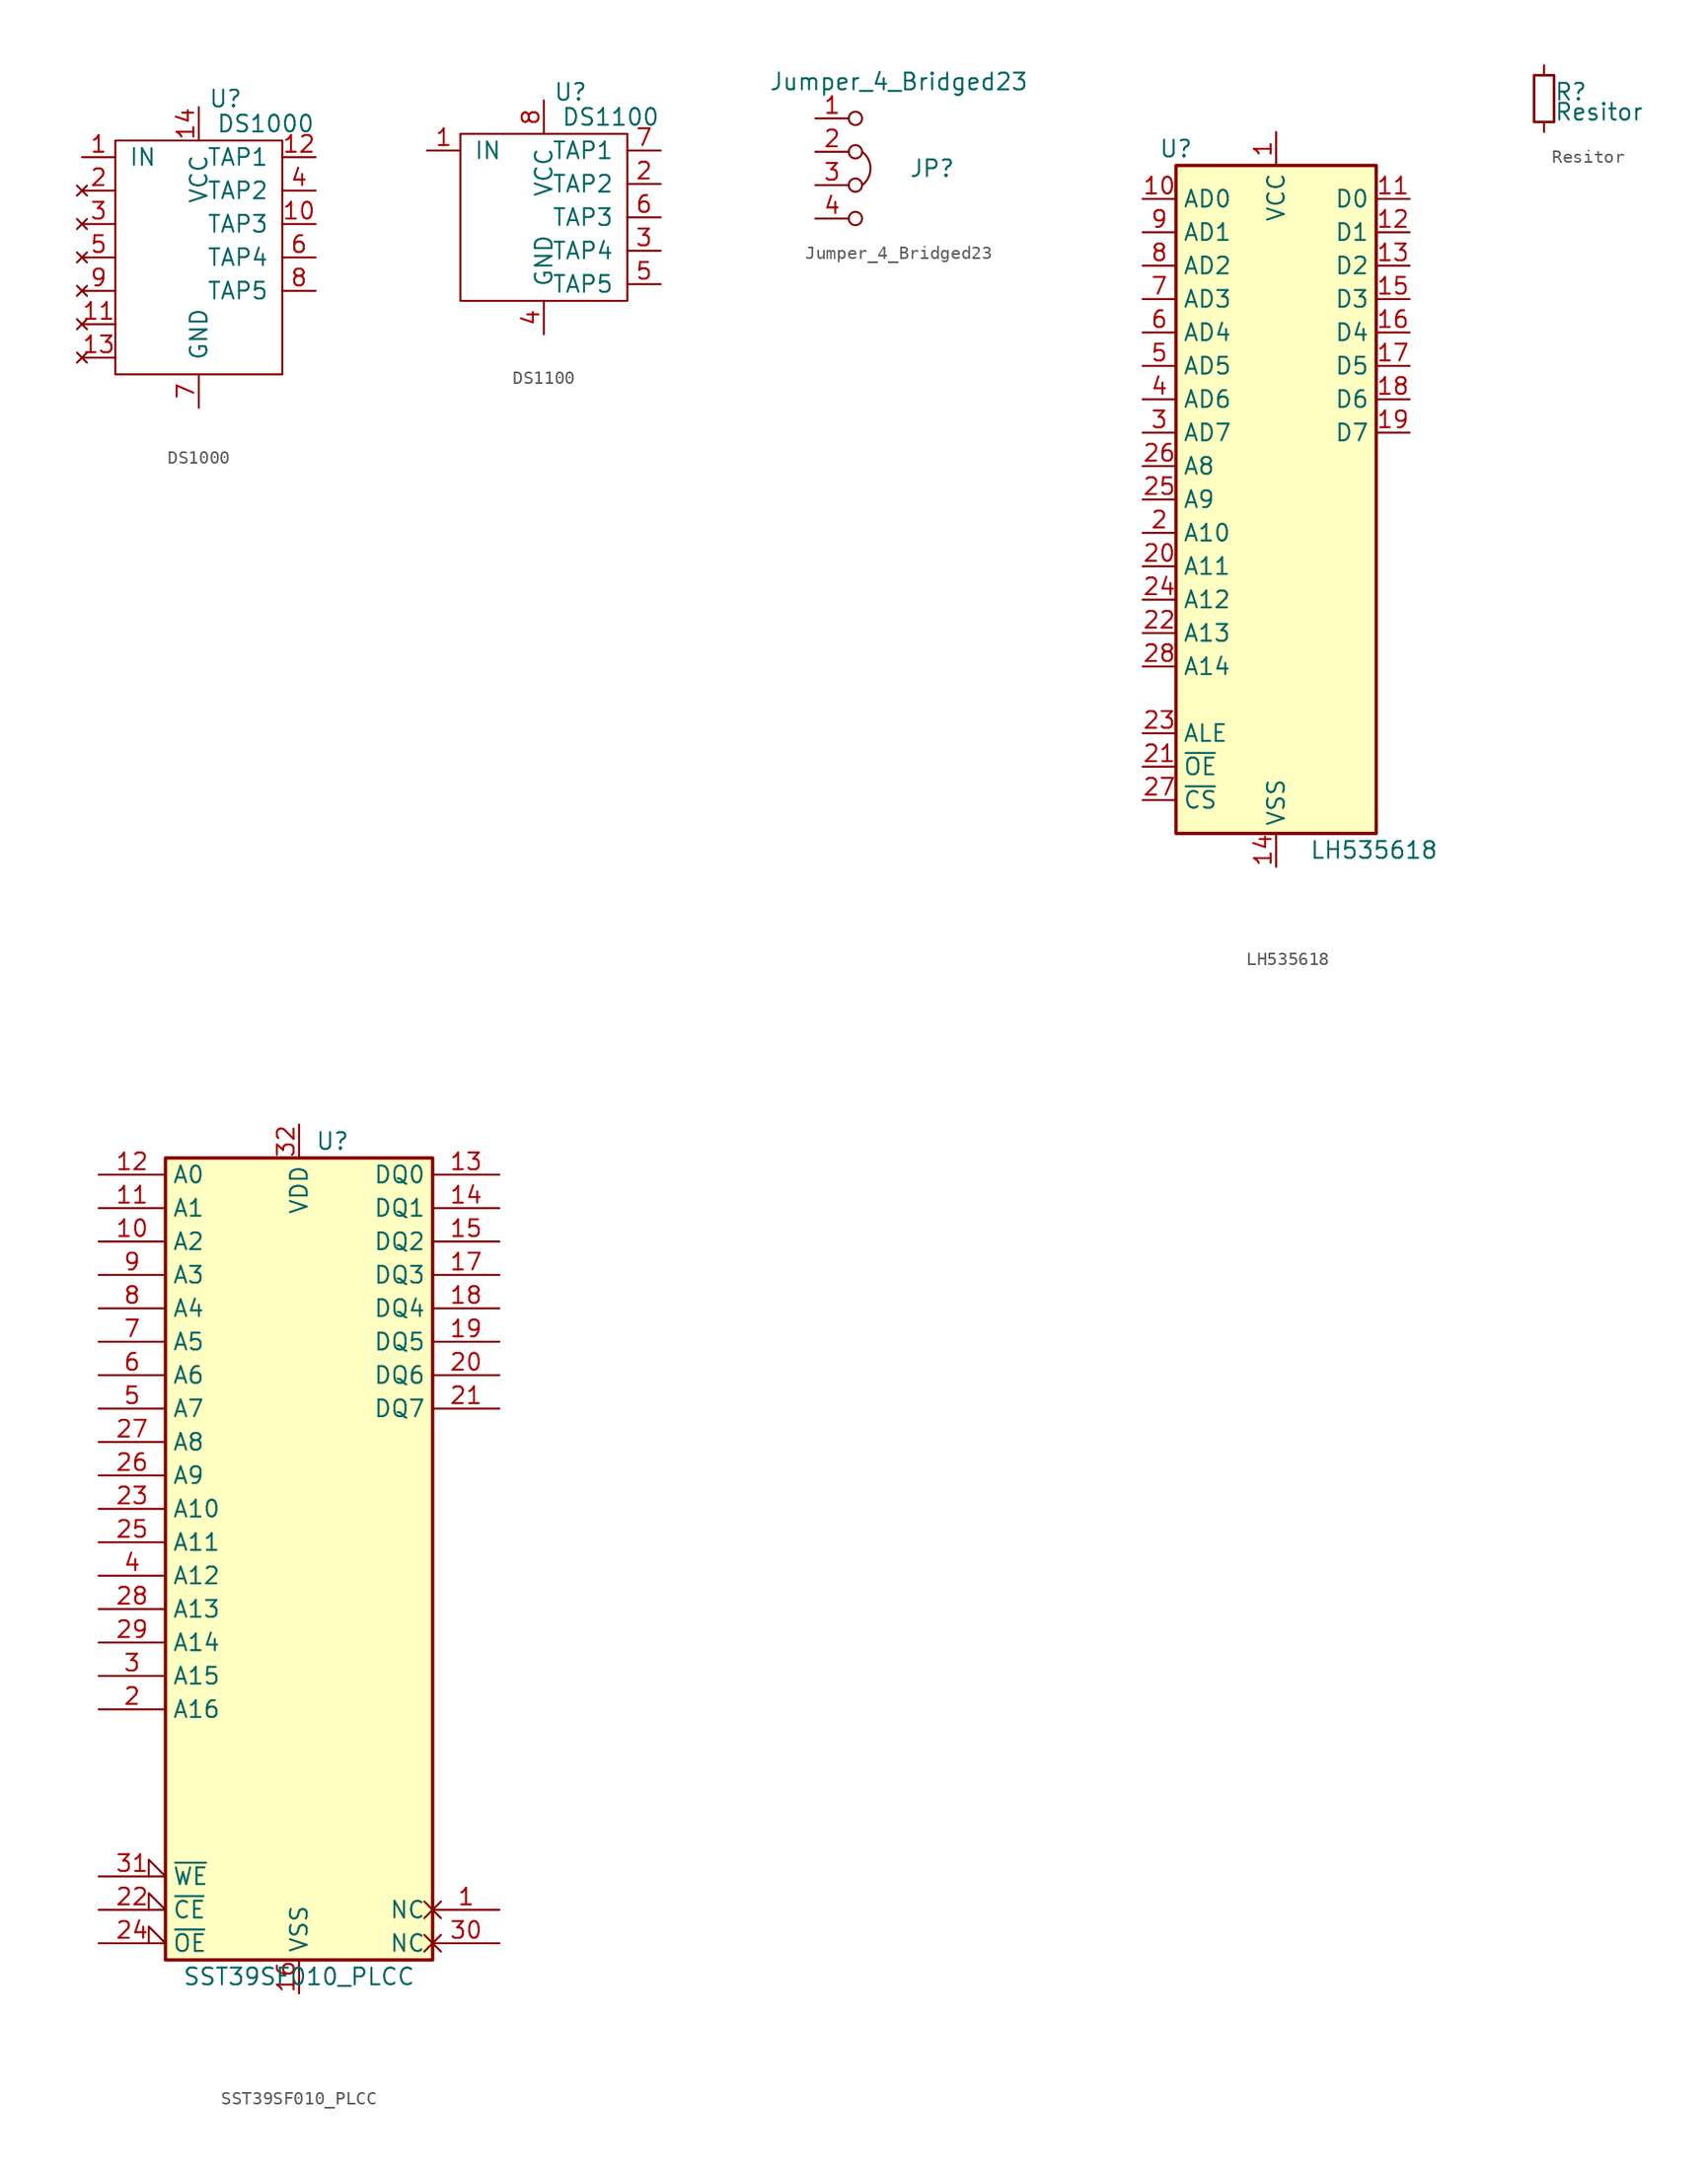
<source format=kicad_sym>
(kicad_symbol_lib
  (version 20211014)
  (generator kicad_symbol_editor)
  (symbol "DS1000"
    (pin_names
      (offset 1.016))
    (property "Reference" "U"
      (at 2.032 9.525 0)
      (effects (font (size 1.27 1.27))))
    (property "Value" "DS1000"
      (at 5.08 7.62 0)
      (effects (font (size 1.27 1.27))))
    (symbol "DS1000_0_1"
      (rectangle (start -6.35 6.35) (end 6.35 -11.43) (stroke (width 0) (type default) (color 0 0 0 0)) (fill (type none))))
    (symbol "DS1000_1_1"
      (pin input line (at -8.89 5.08 0) (length 2.54) (name "IN" (effects (font (size 1.27 1.27)))) (number "1" (effects (font (size 1.27 1.27)))))
      (pin output line (at 8.89 0 180) (length 2.54) (name "TAP3" (effects (font (size 1.27 1.27)))) (number "10" (effects (font (size 1.27 1.27)))))
      (pin no_connect line (at -8.89 -7.62 0) (length 2.54) (name "~" (effects (font (size 1.27 1.27)))) (number "11" (effects (font (size 1.27 1.27)))))
      (pin output line (at 8.89 5.08 180) (length 2.54) (name "TAP1" (effects (font (size 1.27 1.27)))) (number "12" (effects (font (size 1.27 1.27)))))
      (pin no_connect line (at -8.89 -10.16 0) (length 2.54) (name "~" (effects (font (size 1.27 1.27)))) (number "13" (effects (font (size 1.27 1.27)))))
      (pin power_in line (at 0 8.89 270) (length 2.54) (name "VCC" (effects (font (size 1.27 1.27)))) (number "14" (effects (font (size 1.27 1.27)))))
      (pin no_connect line (at -8.89 2.54 0) (length 2.54) (name "~" (effects (font (size 1.27 1.27)))) (number "2" (effects (font (size 1.27 1.27)))))
      (pin no_connect line (at -8.89 0 0) (length 2.54) (name "~" (effects (font (size 1.27 1.27)))) (number "3" (effects (font (size 1.27 1.27)))))
      (pin output line (at 8.89 2.54 180) (length 2.54) (name "TAP2" (effects (font (size 1.27 1.27)))) (number "4" (effects (font (size 1.27 1.27)))))
      (pin no_connect line (at -8.89 -2.54 0) (length 2.54) (name "~" (effects (font (size 1.27 1.27)))) (number "5" (effects (font (size 1.27 1.27)))))
      (pin output line (at 8.89 -2.54 180) (length 2.54) (name "TAP4" (effects (font (size 1.27 1.27)))) (number "6" (effects (font (size 1.27 1.27)))))
      (pin power_in line (at 0 -13.97 90) (length 2.54) (name "GND" (effects (font (size 1.27 1.27)))) (number "7" (effects (font (size 1.27 1.27)))))
      (pin output line (at 8.89 -5.08 180) (length 2.54) (name "TAP5" (effects (font (size 1.27 1.27)))) (number "8" (effects (font (size 1.27 1.27)))))
      (pin no_connect line (at -8.89 -5.08 0) (length 2.54) (name "~" (effects (font (size 1.27 1.27)))) (number "9" (effects (font (size 1.27 1.27)))))))
  (symbol "DS1100"
    (pin_names
      (offset 1.016))
    (property "Reference" "U"
      (at 2.032 9.525 0)
      (effects (font (size 1.27 1.27))))
    (property "Value" "DS1100"
      (at 5.08 7.62 0)
      (effects (font (size 1.27 1.27))))
    (symbol "DS1100_0_1"
      (rectangle (start -6.35 6.35) (end 6.35 -6.35) (stroke (width 0) (type default) (color 0 0 0 0)) (fill (type none))))
    (symbol "DS1100_1_1"
      (pin input line (at -8.89 5.08 0) (length 2.54) (name "IN" (effects (font (size 1.27 1.27)))) (number "1" (effects (font (size 1.27 1.27)))))
      (pin output line (at 8.89 2.54 180) (length 2.54) (name "TAP2" (effects (font (size 1.27 1.27)))) (number "2" (effects (font (size 1.27 1.27)))))
      (pin output line (at 8.89 -2.54 180) (length 2.54) (name "TAP4" (effects (font (size 1.27 1.27)))) (number "3" (effects (font (size 1.27 1.27)))))
      (pin power_in line (at 0 -8.89 90) (length 2.54) (name "GND" (effects (font (size 1.27 1.27)))) (number "4" (effects (font (size 1.27 1.27)))))
      (pin output line (at 8.89 -5.08 180) (length 2.54) (name "TAP5" (effects (font (size 1.27 1.27)))) (number "5" (effects (font (size 1.27 1.27)))))
      (pin output line (at 8.89 0 180) (length 2.54) (name "TAP3" (effects (font (size 1.27 1.27)))) (number "6" (effects (font (size 1.27 1.27)))))
      (pin output line (at 8.89 5.08 180) (length 2.54) (name "TAP1" (effects (font (size 1.27 1.27)))) (number "7" (effects (font (size 1.27 1.27)))))
      (pin power_in line (at 0 8.89 270) (length 2.54) (name "VCC" (effects (font (size 1.27 1.27)))) (number "8" (effects (font (size 1.27 1.27)))))))
  (symbol "Jumper_4_Bridged23"
    (pin_names
      (offset 0) hide)
    (property "Reference" "JP"
      (at 2.54 -3.81 0)
      (effects (font (size 1.27 1.27))))
    (property "Value" "Jumper_4_Bridged23"
      (at 0 2.794 0)
      (effects (font (size 1.27 1.27))))
    (symbol "Jumper_4_Bridged23_0_0"
      (circle (center -3.302 -7.62) (radius 0.508) (stroke (width 0) (type default) (color 0 0 0 0)) (fill (type none)))
      (circle (center -3.302 -5.08) (radius 0.508) (stroke (width 0) (type default) (color 0 0 0 0)) (fill (type none)))
      (circle (center -3.302 -2.54) (radius 0.508) (stroke (width 0) (type default) (color 0 0 0 0)) (fill (type none)))
      (circle (center -3.302 0) (radius 0.508) (stroke (width 0) (type default) (color 0 0 0 0)) (fill (type none))))
    (symbol "Jumper_4_Bridged23_0_1"
      (arc (start -2.794 -5.08) (mid -2.1539 -3.81) (end -2.794 -2.54) (stroke (width 0) (type default) (color 0 0 0 0)) (fill (type none))))
    (symbol "Jumper_4_Bridged23_1_1"
      (pin passive line (at -6.35 0 0) (length 2.54) (name "A" (effects (font (size 1.27 1.27)))) (number "1" (effects (font (size 1.27 1.27)))))
      (pin passive line (at -6.35 -2.54 0) (length 2.54) (name "B" (effects (font (size 1.27 1.27)))) (number "2" (effects (font (size 1.27 1.27)))))
      (pin passive line (at -6.35 -5.08 0) (length 2.54) (name "C" (effects (font (size 1.27 1.27)))) (number "3" (effects (font (size 1.27 1.27)))))
      (pin passive line (at -6.35 -7.62 0) (length 2.54) (name "D" (effects (font (size 1.27 1.27)))) (number "4" (effects (font (size 1.27 1.27)))))))
  (symbol "LH535618"
    (property "Reference" "U"
      (at -7.62 26.67 0)
      (effects (font (size 1.27 1.27))))
    (property "Value" "LH535618"
      (at 2.54 -26.67 0)
      (effects (font (size 1.27 1.27)) (justify left)))
    (symbol "LH535618_1_1"
      (rectangle (start -7.62 25.4) (end 7.62 -25.4) (stroke (width 0.254) (type default) (color 0 0 0 0)) (fill (type background)))
      (pin power_in line (at 0 27.94 270) (length 2.54) (name "VCC" (effects (font (size 1.27 1.27)))) (number "1" (effects (font (size 1.27 1.27)))))
      (pin input line (at -10.16 22.86 0) (length 2.54) (name "AD0" (effects (font (size 1.27 1.27)))) (number "10" (effects (font (size 1.27 1.27)))))
      (pin tri_state line (at 10.16 22.86 180) (length 2.54) (name "D0" (effects (font (size 1.27 1.27)))) (number "11" (effects (font (size 1.27 1.27)))))
      (pin tri_state line (at 10.16 20.32 180) (length 2.54) (name "D1" (effects (font (size 1.27 1.27)))) (number "12" (effects (font (size 1.27 1.27)))))
      (pin tri_state line (at 10.16 17.78 180) (length 2.54) (name "D2" (effects (font (size 1.27 1.27)))) (number "13" (effects (font (size 1.27 1.27)))))
      (pin power_in line (at 0 -27.94 90) (length 2.54) (name "VSS" (effects (font (size 1.27 1.27)))) (number "14" (effects (font (size 1.27 1.27)))))
      (pin tri_state line (at 10.16 15.24 180) (length 2.54) (name "D3" (effects (font (size 1.27 1.27)))) (number "15" (effects (font (size 1.27 1.27)))))
      (pin tri_state line (at 10.16 12.7 180) (length 2.54) (name "D4" (effects (font (size 1.27 1.27)))) (number "16" (effects (font (size 1.27 1.27)))))
      (pin tri_state line (at 10.16 10.16 180) (length 2.54) (name "D5" (effects (font (size 1.27 1.27)))) (number "17" (effects (font (size 1.27 1.27)))))
      (pin tri_state line (at 10.16 7.62 180) (length 2.54) (name "D6" (effects (font (size 1.27 1.27)))) (number "18" (effects (font (size 1.27 1.27)))))
      (pin tri_state line (at 10.16 5.08 180) (length 2.54) (name "D7" (effects (font (size 1.27 1.27)))) (number "19" (effects (font (size 1.27 1.27)))))
      (pin input line (at -10.16 -2.54 0) (length 2.54) (name "A10" (effects (font (size 1.27 1.27)))) (number "2" (effects (font (size 1.27 1.27)))))
      (pin input line (at -10.16 -5.08 0) (length 2.54) (name "A11" (effects (font (size 1.27 1.27)))) (number "20" (effects (font (size 1.27 1.27)))))
      (pin input line (at -10.16 -20.32 0) (length 2.54) (name "~{OE}" (effects (font (size 1.27 1.27)))) (number "21" (effects (font (size 1.27 1.27)))))
      (pin input line (at -10.16 -10.16 0) (length 2.54) (name "A13" (effects (font (size 1.27 1.27)))) (number "22" (effects (font (size 1.27 1.27)))))
      (pin input line (at -10.16 -17.78 0) (length 2.54) (name "ALE" (effects (font (size 1.27 1.27)))) (number "23" (effects (font (size 1.27 1.27)))))
      (pin input line (at -10.16 -7.62 0) (length 2.54) (name "A12" (effects (font (size 1.27 1.27)))) (number "24" (effects (font (size 1.27 1.27)))))
      (pin input line (at -10.16 0 0) (length 2.54) (name "A9" (effects (font (size 1.27 1.27)))) (number "25" (effects (font (size 1.27 1.27)))))
      (pin input line (at -10.16 2.54 0) (length 2.54) (name "A8" (effects (font (size 1.27 1.27)))) (number "26" (effects (font (size 1.27 1.27)))))
      (pin input line (at -10.16 -22.86 0) (length 2.54) (name "~{CS}" (effects (font (size 1.27 1.27)))) (number "27" (effects (font (size 1.27 1.27)))))
      (pin input line (at -10.16 -12.7 0) (length 2.54) (name "A14" (effects (font (size 1.27 1.27)))) (number "28" (effects (font (size 1.27 1.27)))))
      (pin input line (at -10.16 5.08 0) (length 2.54) (name "AD7" (effects (font (size 1.27 1.27)))) (number "3" (effects (font (size 1.27 1.27)))))
      (pin input line (at -10.16 7.62 0) (length 2.54) (name "AD6" (effects (font (size 1.27 1.27)))) (number "4" (effects (font (size 1.27 1.27)))))
      (pin input line (at -10.16 10.16 0) (length 2.54) (name "AD5" (effects (font (size 1.27 1.27)))) (number "5" (effects (font (size 1.27 1.27)))))
      (pin input line (at -10.16 12.7 0) (length 2.54) (name "AD4" (effects (font (size 1.27 1.27)))) (number "6" (effects (font (size 1.27 1.27)))))
      (pin input line (at -10.16 15.24 0) (length 2.54) (name "AD3" (effects (font (size 1.27 1.27)))) (number "7" (effects (font (size 1.27 1.27)))))
      (pin input line (at -10.16 17.78 0) (length 2.54) (name "AD2" (effects (font (size 1.27 1.27)))) (number "8" (effects (font (size 1.27 1.27)))))
      (pin input line (at -10.16 20.32 0) (length 2.54) (name "AD1" (effects (font (size 1.27 1.27)))) (number "9" (effects (font (size 1.27 1.27)))))))
  (symbol "Resitor"
    (pin_numbers hide)
    (pin_names
      (offset 0.254) hide)
    (property "Reference" "R"
      (at 0.762 0.508 0)
      (effects (font (size 1.27 1.27)) (justify left)))
    (property "Value" "Resitor"
      (at 0.762 -1.016 0)
      (effects (font (size 1.27 1.27)) (justify left)))
    (symbol "Resitor_0_1"
      (rectangle (start -0.762 1.778) (end 0.762 -1.778) (stroke (width 0.203) (type default) (color 0 0 0 0)) (fill (type none))))
    (symbol "Resitor_1_1"
      (pin passive line (at 0 2.54 270) (length 0.762) (name "~" (effects (font (size 1.27 1.27)))) (number "1" (effects (font (size 1.27 1.27)))))
      (pin passive line (at 0 -2.54 90) (length 0.762) (name "~" (effects (font (size 1.27 1.27)))) (number "2" (effects (font (size 1.27 1.27)))))))
  (symbol "SST39SF010_PLCC"
    (property "Reference" "U"
      (at 2.54 33.02 0)
      (effects (font (size 1.27 1.27))))
    (property "Value" "SST39SF010_PLCC"
      (at 0 -30.48 0)
      (effects (font (size 1.27 1.27))))
    (symbol "SST39SF010_PLCC_0_0"
      (pin power_in line (at 0 -31.75 90) (length 2.54) (name "VSS" (effects (font (size 1.27 1.27)))) (number "16" (effects (font (size 1.27 1.27)))))
      (pin power_in line (at 0 34.29 270) (length 2.54) (name "VDD" (effects (font (size 1.27 1.27)))) (number "32" (effects (font (size 1.27 1.27))))))
    (symbol "SST39SF010_PLCC_0_1"
      (rectangle (start -10.16 31.75) (end 10.16 -29.21) (stroke (width 0.254) (type default) (color 0 0 0 0)) (fill (type background))))
    (symbol "SST39SF010_PLCC_1_1"
      (pin passive non_logic (at 15.24 -25.4 180) (length 5.08) (name "NC" (effects (font (size 1.27 1.27)))) (number "1" (effects (font (size 1.27 1.27)))))
      (pin input line (at -15.24 25.4 0) (length 5.08) (name "A2" (effects (font (size 1.27 1.27)))) (number "10" (effects (font (size 1.27 1.27)))))
      (pin input line (at -15.24 27.94 0) (length 5.08) (name "A1" (effects (font (size 1.27 1.27)))) (number "11" (effects (font (size 1.27 1.27)))))
      (pin input line (at -15.24 30.48 0) (length 5.08) (name "A0" (effects (font (size 1.27 1.27)))) (number "12" (effects (font (size 1.27 1.27)))))
      (pin tri_state line (at 15.24 30.48 180) (length 5.08) (name "DQ0" (effects (font (size 1.27 1.27)))) (number "13" (effects (font (size 1.27 1.27)))))
      (pin tri_state line (at 15.24 27.94 180) (length 5.08) (name "DQ1" (effects (font (size 1.27 1.27)))) (number "14" (effects (font (size 1.27 1.27)))))
      (pin tri_state line (at 15.24 25.4 180) (length 5.08) (name "DQ2" (effects (font (size 1.27 1.27)))) (number "15" (effects (font (size 1.27 1.27)))))
      (pin tri_state line (at 15.24 22.86 180) (length 5.08) (name "DQ3" (effects (font (size 1.27 1.27)))) (number "17" (effects (font (size 1.27 1.27)))))
      (pin tri_state line (at 15.24 20.32 180) (length 5.08) (name "DQ4" (effects (font (size 1.27 1.27)))) (number "18" (effects (font (size 1.27 1.27)))))
      (pin tri_state line (at 15.24 17.78 180) (length 5.08) (name "DQ5" (effects (font (size 1.27 1.27)))) (number "19" (effects (font (size 1.27 1.27)))))
      (pin input line (at -15.24 -10.16 0) (length 5.08) (name "A16" (effects (font (size 1.27 1.27)))) (number "2" (effects (font (size 1.27 1.27)))))
      (pin tri_state line (at 15.24 15.24 180) (length 5.08) (name "DQ6" (effects (font (size 1.27 1.27)))) (number "20" (effects (font (size 1.27 1.27)))))
      (pin tri_state line (at 15.24 12.7 180) (length 5.08) (name "DQ7" (effects (font (size 1.27 1.27)))) (number "21" (effects (font (size 1.27 1.27)))))
      (pin input input_low (at -15.24 -25.4 0) (length 5.08) (name "~{CE}" (effects (font (size 1.27 1.27)))) (number "22" (effects (font (size 1.27 1.27)))))
      (pin input line (at -15.24 5.08 0) (length 5.08) (name "A10" (effects (font (size 1.27 1.27)))) (number "23" (effects (font (size 1.27 1.27)))))
      (pin input input_low (at -15.24 -27.94 0) (length 5.08) (name "~{OE}" (effects (font (size 1.27 1.27)))) (number "24" (effects (font (size 1.27 1.27)))))
      (pin input line (at -15.24 2.54 0) (length 5.08) (name "A11" (effects (font (size 1.27 1.27)))) (number "25" (effects (font (size 1.27 1.27)))))
      (pin input line (at -15.24 7.62 0) (length 5.08) (name "A9" (effects (font (size 1.27 1.27)))) (number "26" (effects (font (size 1.27 1.27)))))
      (pin input line (at -15.24 10.16 0) (length 5.08) (name "A8" (effects (font (size 1.27 1.27)))) (number "27" (effects (font (size 1.27 1.27)))))
      (pin input line (at -15.24 -2.54 0) (length 5.08) (name "A13" (effects (font (size 1.27 1.27)))) (number "28" (effects (font (size 1.27 1.27)))))
      (pin input line (at -15.24 -5.08 0) (length 5.08) (name "A14" (effects (font (size 1.27 1.27)))) (number "29" (effects (font (size 1.27 1.27)))))
      (pin input line (at -15.24 -7.62 0) (length 5.08) (name "A15" (effects (font (size 1.27 1.27)))) (number "3" (effects (font (size 1.27 1.27)))))
      (pin passive non_logic (at 15.24 -27.94 180) (length 5.08) (name "NC" (effects (font (size 1.27 1.27)))) (number "30" (effects (font (size 1.27 1.27)))))
      (pin input input_low (at -15.24 -22.86 0) (length 5.08) (name "~{WE}" (effects (font (size 1.27 1.27)))) (number "31" (effects (font (size 1.27 1.27)))))
      (pin input line (at -15.24 0 0) (length 5.08) (name "A12" (effects (font (size 1.27 1.27)))) (number "4" (effects (font (size 1.27 1.27)))))
      (pin input line (at -15.24 12.7 0) (length 5.08) (name "A7" (effects (font (size 1.27 1.27)))) (number "5" (effects (font (size 1.27 1.27)))))
      (pin input line (at -15.24 15.24 0) (length 5.08) (name "A6" (effects (font (size 1.27 1.27)))) (number "6" (effects (font (size 1.27 1.27)))))
      (pin input line (at -15.24 17.78 0) (length 5.08) (name "A5" (effects (font (size 1.27 1.27)))) (number "7" (effects (font (size 1.27 1.27)))))
      (pin input line (at -15.24 20.32 0) (length 5.08) (name "A4" (effects (font (size 1.27 1.27)))) (number "8" (effects (font (size 1.27 1.27)))))
      (pin input line (at -15.24 22.86 0) (length 5.08) (name "A3" (effects (font (size 1.27 1.27)))) (number "9" (effects (font (size 1.27 1.27))))))))
</source>
